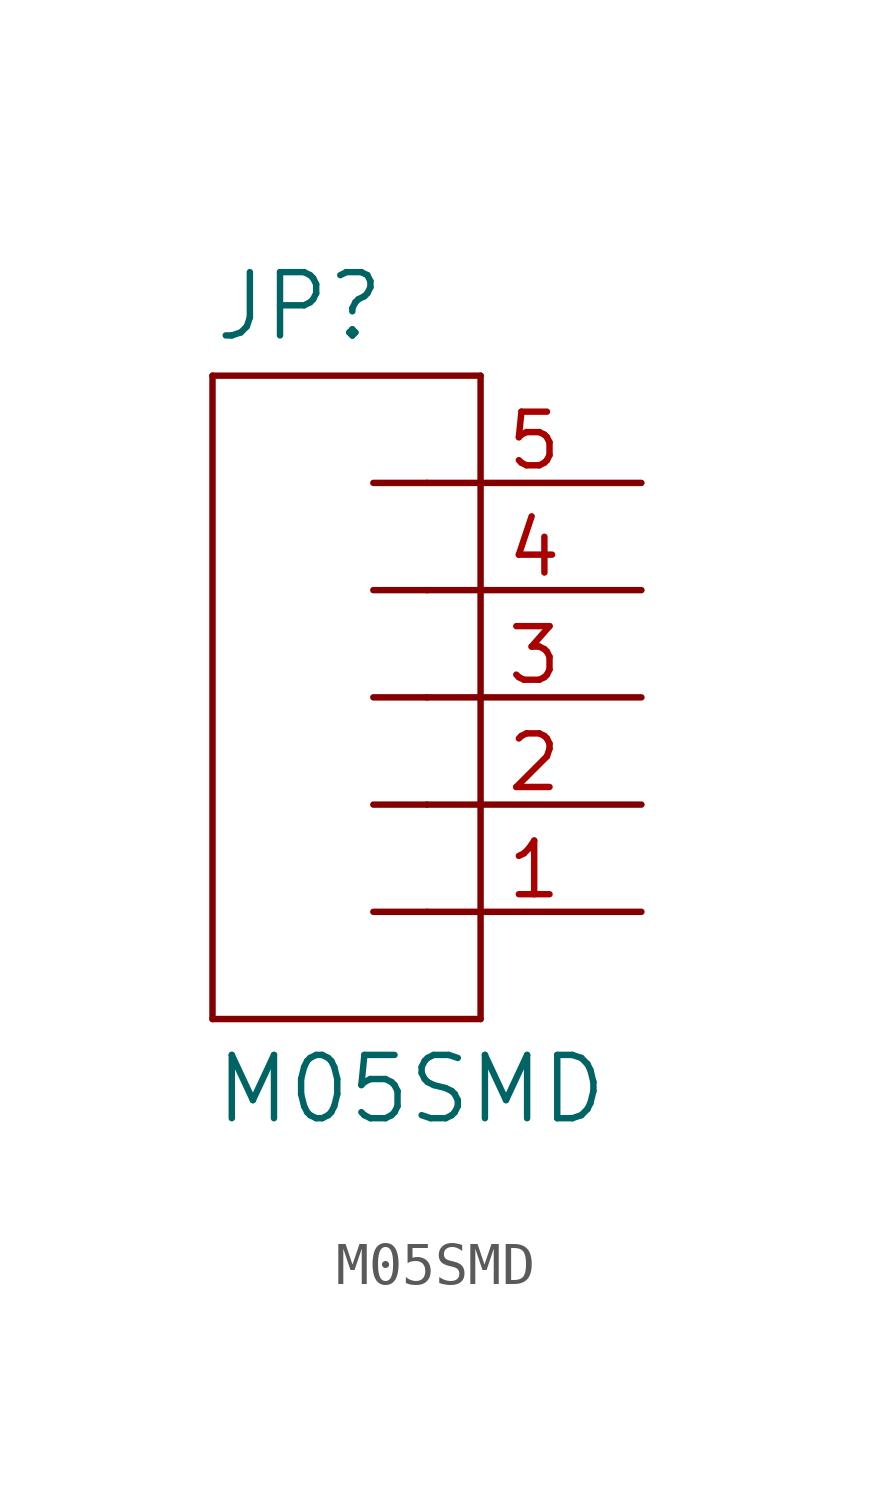
<source format=kicad_sym>
(kicad_symbol_lib
  (version 20211014)
  (generator kicad_symbol_editor)
  (symbol "M05SMD"
    (pin_names
      (offset 1.016))
    (property "Reference" "JP"
      (at -2.54 8.382 0)
      (effects (font (size 1.499 1.499)) (justify left bottom)))
    (property "Value" "M05SMD"
      (at -2.54 -10.16 0)
      (effects (font (size 1.499 1.499)) (justify left bottom)))
    (property "ki_locked" ""
      (at 0 0 0)
      (effects (font (size 1.27 1.27))))
    (symbol "M05SMD_1_0"
      (polyline (pts (xy -2.54 7.62) (xy -2.54 -7.62)) (stroke (width 0) (type default) (color 0 0 0 0)) (fill (type none)))
      (polyline (pts (xy -2.54 7.62) (xy 3.81 7.62)) (stroke (width 0) (type default) (color 0 0 0 0)) (fill (type none)))
      (polyline (pts (xy 1.27 -5.08) (xy 2.54 -5.08)) (stroke (width 0) (type default) (color 0 0 0 0)) (fill (type none)))
      (polyline (pts (xy 1.27 -2.54) (xy 2.54 -2.54)) (stroke (width 0) (type default) (color 0 0 0 0)) (fill (type none)))
      (polyline (pts (xy 1.27 0) (xy 2.54 0)) (stroke (width 0) (type default) (color 0 0 0 0)) (fill (type none)))
      (polyline (pts (xy 1.27 2.54) (xy 2.54 2.54)) (stroke (width 0) (type default) (color 0 0 0 0)) (fill (type none)))
      (polyline (pts (xy 1.27 5.08) (xy 2.54 5.08)) (stroke (width 0) (type default) (color 0 0 0 0)) (fill (type none)))
      (polyline (pts (xy 3.81 -7.62) (xy -2.54 -7.62)) (stroke (width 0) (type default) (color 0 0 0 0)) (fill (type none)))
      (polyline (pts (xy 3.81 -7.62) (xy 3.81 7.62)) (stroke (width 0) (type default) (color 0 0 0 0)) (fill (type none)))
      (pin passive line (at 7.62 -5.08 180) (length 5.08) (name "1" (effects (font (size 0 0)))) (number "1" (effects (font (size 1.27 1.27)))))
      (pin passive line (at 7.62 -2.54 180) (length 5.08) (name "2" (effects (font (size 0 0)))) (number "2" (effects (font (size 1.27 1.27)))))
      (pin passive line (at 7.62 0 180) (length 5.08) (name "3" (effects (font (size 0 0)))) (number "3" (effects (font (size 1.27 1.27)))))
      (pin passive line (at 7.62 2.54 180) (length 5.08) (name "4" (effects (font (size 0 0)))) (number "4" (effects (font (size 1.27 1.27)))))
      (pin passive line (at 7.62 5.08 180) (length 5.08) (name "5" (effects (font (size 0 0)))) (number "5" (effects (font (size 1.27 1.27))))))))
</source>
